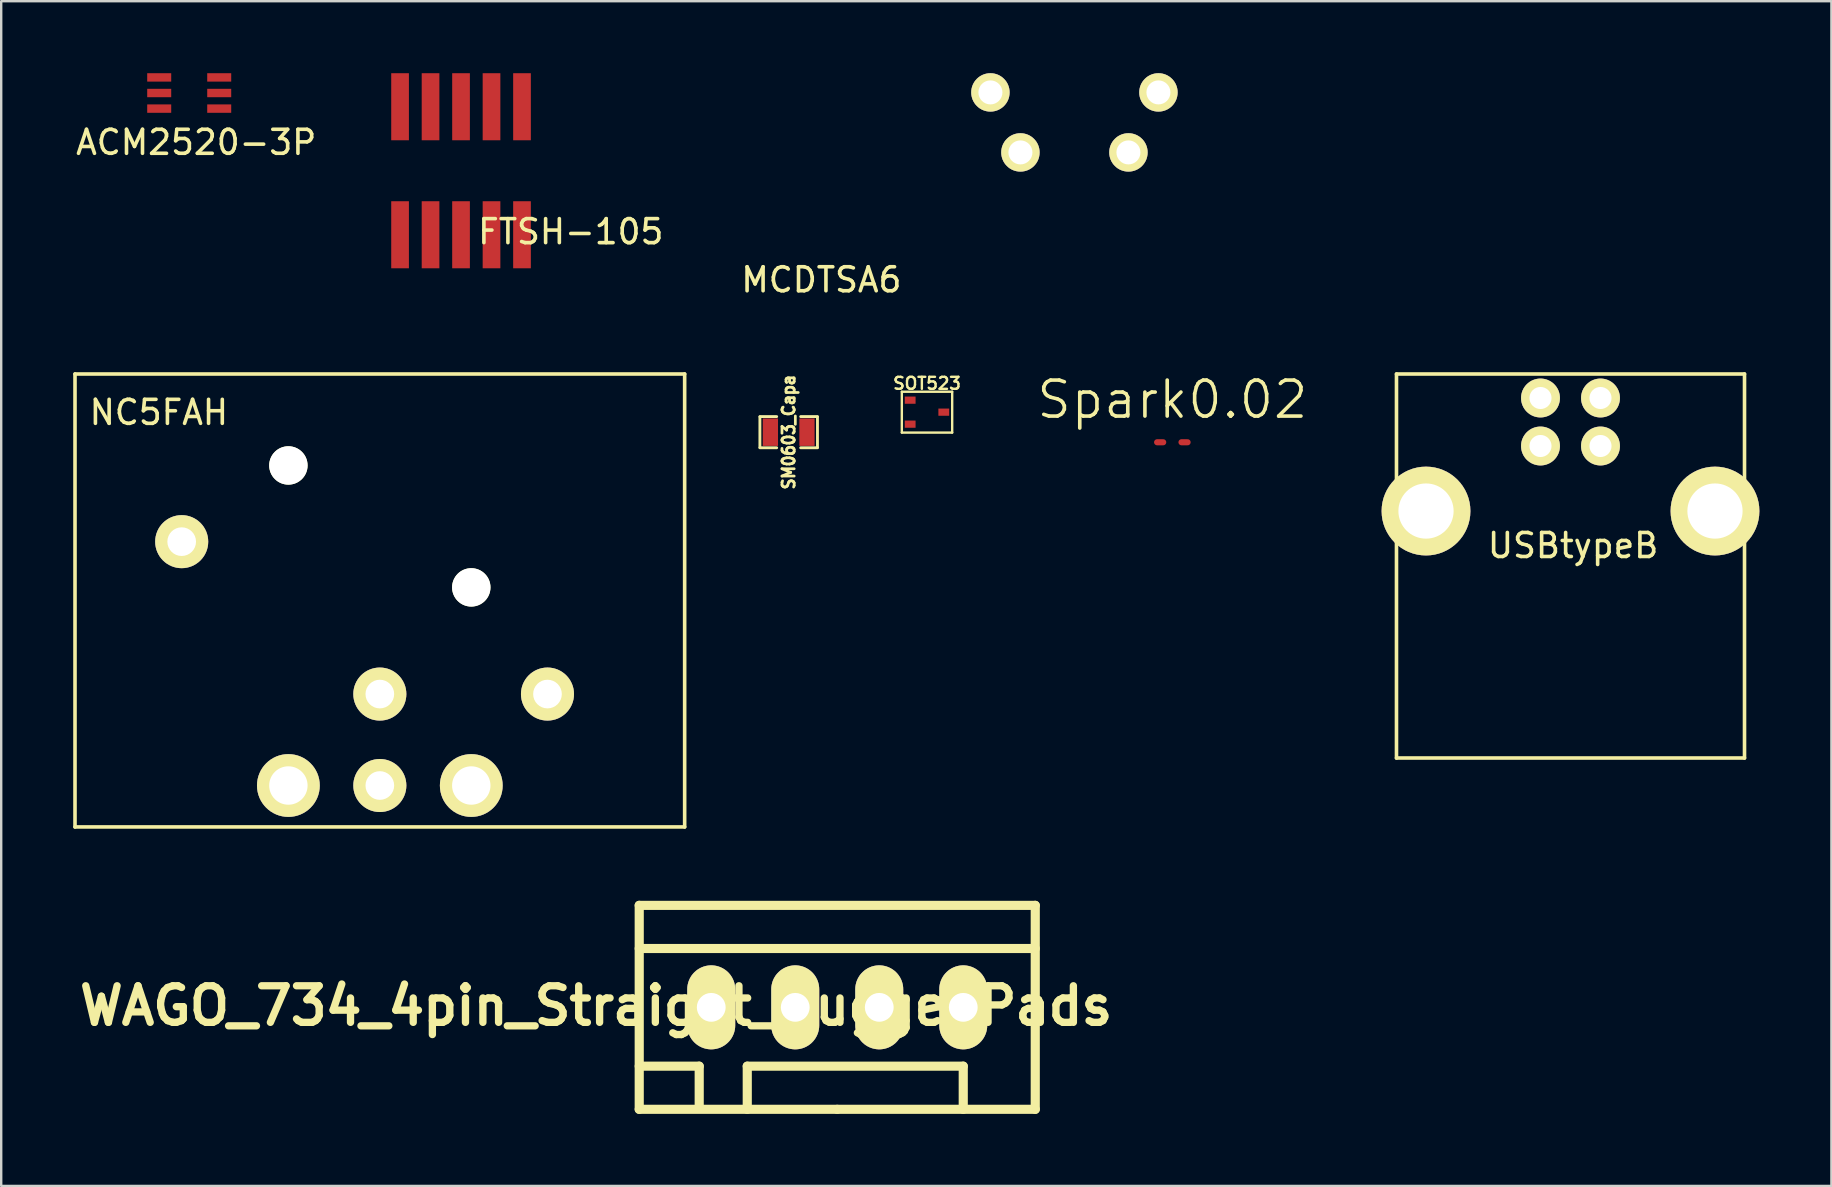
<source format=kicad_pcb>
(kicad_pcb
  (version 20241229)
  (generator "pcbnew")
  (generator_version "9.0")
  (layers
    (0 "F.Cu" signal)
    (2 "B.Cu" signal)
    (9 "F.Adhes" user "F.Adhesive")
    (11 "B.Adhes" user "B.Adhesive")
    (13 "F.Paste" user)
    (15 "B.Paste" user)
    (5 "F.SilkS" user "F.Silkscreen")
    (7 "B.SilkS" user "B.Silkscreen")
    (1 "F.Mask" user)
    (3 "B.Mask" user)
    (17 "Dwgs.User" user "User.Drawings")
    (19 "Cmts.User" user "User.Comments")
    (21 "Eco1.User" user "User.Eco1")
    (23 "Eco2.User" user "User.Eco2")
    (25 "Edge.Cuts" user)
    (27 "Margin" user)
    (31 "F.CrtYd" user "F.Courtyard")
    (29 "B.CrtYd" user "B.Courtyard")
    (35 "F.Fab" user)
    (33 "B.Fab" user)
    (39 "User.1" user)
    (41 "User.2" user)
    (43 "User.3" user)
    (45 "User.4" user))
  (footprint "NC5FAH"
    (layer "F.Cu")
    (at 8.965 29.677)
    (property "Reference" "NC5FAH" (at -5.397 -15.545 0) (layer "F.SilkS") (effects (font (size 1 1) (thickness 0.15))))
    (attr through_hole)
    (fp_line (start -8.89 -17.145) (end -8.89 1.727) (stroke (width 0.15) (type solid)) (layer "F.SilkS"))
    (fp_line (start -8.89 1.727) (end 16.51 1.727) (stroke (width 0.15) (type solid)) (layer "F.SilkS"))
    (fp_line (start 16.51 -17.145) (end -8.89 -17.145) (stroke (width 0.15) (type solid)) (layer "F.SilkS"))
    (fp_line (start 16.51 1.727) (end 16.51 -17.145) (stroke (width 0.15) (type solid)) (layer "F.SilkS"))
    (pad "" np_thru_hole circle (at 0 -13.335) (size 1.6 1.6) (drill 1.6) (layers "*.Cu" "*.Mask" "F.SilkS"))
    (pad "" np_thru_hole circle (at 7.62 -8.255) (size 1.6 1.6) (drill 1.6) (layers "*.Cu" "*.Mask" "F.SilkS"))
    (pad "1" thru_hole circle (at 0 0) (size 2.616 2.616) (drill 1.6) (layers "*.Cu" "*.Mask" "F.SilkS"))
    (pad "2" thru_hole circle (at 3.81 -3.81) (size 2.21 2.21) (drill 1.194) (layers "*.Cu" "*.Mask" "F.SilkS"))
    (pad "3" thru_hole circle (at 3.81 0) (size 2.21 2.21) (drill 1.194) (layers "*.Cu" "*.Mask" "F.SilkS"))
    (pad "4" thru_hole circle (at 10.795 -3.81) (size 2.21 2.21) (drill 1.194) (layers "*.Cu" "*.Mask" "F.SilkS"))
    (pad "5" thru_hole circle (at 7.62 0) (size 2.616 2.616) (drill 1.6) (layers "*.Cu" "*.Mask" "F.SilkS"))
    (pad "6" thru_hole circle (at -4.445 -10.16) (size 2.21 2.21) (drill 1.194) (layers "*.Cu" "*.Mask" "F.SilkS")))
  (footprint "WAGO_734_4pin_Straight_RuggedPads"
    (layer "F.Cu")
    (at 31.832 38.919)
    (property "Reference" "WAGO_734_4pin_Straight_RuggedPads" (at -10.046 -0.064 0) (layer "F.SilkS") (effects (font (size 1.524 1.524) (thickness 0.305))))
    (attr through_hole)
    (fp_line (start -8.25 -4.249) (end 8.25 -4.249) (stroke (width 0.381) (type solid)) (layer "F.SilkS"))
    (fp_line (start -8.25 -2.451) (end 8.25 -2.451) (stroke (width 0.381) (type solid)) (layer "F.SilkS"))
    (fp_line (start -8.25 2.451) (end -5.751 2.451) (stroke (width 0.381) (type solid)) (layer "F.SilkS"))
    (fp_line (start -8.25 4.249) (end -8.25 -4.249) (stroke (width 0.381) (type solid)) (layer "F.SilkS"))
    (fp_line (start -5.751 2.451) (end -5.751 4.201) (stroke (width 0.381) (type solid)) (layer "F.SilkS"))
    (fp_line (start -3.749 4.249) (end -3.749 2.451) (stroke (width 0.381) (type solid)) (layer "F.SilkS"))
    (fp_line (start 0 4.249) (end -8.25 4.249) (stroke (width 0.381) (type solid)) (layer "F.SilkS"))
    (fp_line (start 5.25 2.451) (end -3.749 2.451) (stroke (width 0.381) (type solid)) (layer "F.SilkS"))
    (fp_line (start 5.25 4.249) (end 5.25 2.451) (stroke (width 0.381) (type solid)) (layer "F.SilkS"))
    (fp_line (start 8.25 -4.249) (end 8.25 4.249) (stroke (width 0.381) (type solid)) (layer "F.SilkS"))
    (fp_line (start 8.25 4.249) (end 0 4.249) (stroke (width 0.381) (type solid)) (layer "F.SilkS"))
    (pad "1" thru_hole oval (at -5.25 0) (size 1.999 3.5) (drill 1.199) (layers "*.Cu" "*.Mask" "F.SilkS"))
    (pad "2" thru_hole oval (at -1.75 0) (size 1.999 3.5) (drill 1.199) (layers "*.Cu" "*.Mask" "F.SilkS"))
    (pad "3" thru_hole oval (at 1.75 0) (size 1.999 3.5) (drill 1.199) (layers "*.Cu" "*.Mask" "F.SilkS"))
    (pad "4" thru_hole oval (at 5.25 0) (size 1.999 3.5) (drill 1.199) (layers "*.Cu" "*.Mask" "F.SilkS")))
  (footprint "USBtypeB"
    (layer "F.Cu")
    (at 63.632 13.532)
    (property "Reference" "USBtypeB" (at -1.143 6.147 0) (layer "F.SilkS") (effects (font (size 1 1) (thickness 0.15))))
    (attr through_hole)
    (fp_line (start -8.5 -1) (end -8.5 15) (stroke (width 0.15) (type solid)) (layer "F.SilkS"))
    (fp_line (start -8.5 15) (end 6 15) (stroke (width 0.15) (type solid)) (layer "F.SilkS"))
    (fp_line (start 6 -1) (end -8.5 -1) (stroke (width 0.15) (type solid)) (layer "F.SilkS"))
    (fp_line (start 6 15) (end 6 -1) (stroke (width 0.15) (type solid)) (layer "F.SilkS"))
    (pad "1" thru_hole circle (at 0 0) (size 1.62 1.62) (drill 0.92) (layers "*.Cu" "*.Mask" "F.SilkS"))
    (pad "2" thru_hole circle (at -2.5 0) (size 1.62 1.62) (drill 0.92) (layers "*.Cu" "*.Mask" "F.SilkS"))
    (pad "3" thru_hole circle (at -2.5 2) (size 1.62 1.62) (drill 0.92) (layers "*.Cu" "*.Mask" "F.SilkS"))
    (pad "4" thru_hole circle (at 0 2) (size 1.62 1.62) (drill 0.92) (layers "*.Cu" "*.Mask" "F.SilkS"))
    (pad "5" thru_hole circle (at 4.77 4.71) (size 3.7 3.7) (drill 2.3) (layers "*.Cu" "*.Mask" "F.SilkS"))
    (pad "6" thru_hole circle (at -7.27 4.71) (size 3.7 3.7) (drill 2.3) (layers "*.Cu" "*.Mask" "F.SilkS")))
  (footprint "MCDTSA6"
    (layer "F.Cu")
    (at 39.464 3.3)
    (property "Reference" "MCDTSA6" (at -8.293 5.309 0) (layer "F.SilkS") (effects (font (size 1 1) (thickness 0.15))))
    (attr through_hole)
    (pad "1" thru_hole circle (at 0 0) (size 1.6 1.6) (drill 1) (layers "*.Cu" "*.Mask" "F.SilkS"))
    (pad "2" thru_hole circle (at 4.5 0) (size 1.6 1.6) (drill 1) (layers "*.Cu" "*.Mask" "F.SilkS"))
    (pad "3" thru_hole circle (at -1.25 -2.5) (size 1.6 1.6) (drill 1) (layers "*.Cu" "*.Mask" "F.SilkS"))
    (pad "4" thru_hole circle (at 5.75 -2.5) (size 1.6 1.6) (drill 1) (layers "*.Cu" "*.Mask" "F.SilkS")))
  (footprint "ACM2520-3P"
    (layer "F.Cu")
    (at 4.833 0.825)
    (property "Reference" "ACM2520-3P" (at 0.292 2.057 0) (layer "F.SilkS") (effects (font (size 1 1) (thickness 0.15))))
    (attr through_hole)
    (pad "1" smd rect (at -1.25 -0.65) (size 1 0.35) (layers "F.Cu" "F.Mask" "F.Paste"))
    (pad "2" smd rect (at -1.25 0) (size 1 0.35) (layers "F.Cu" "F.Mask" "F.Paste"))
    (pad "3" smd rect (at -1.25 0.65) (size 1 0.35) (layers "F.Cu" "F.Mask" "F.Paste"))
    (pad "4" smd rect (at 1.25 0.65) (size 1 0.35) (layers "F.Cu" "F.Mask" "F.Paste"))
    (pad "5" smd rect (at 1.25 0) (size 1 0.35) (layers "F.Cu" "F.Mask" "F.Paste"))
    (pad "6" smd rect (at 1.25 -0.65) (size 1 0.35) (layers "F.Cu" "F.Mask" "F.Paste")))
  (footprint "Spark0.02"
    (layer "F.Cu")
    (at 45.794 15.376)
    (property "Reference" "Spark0.02" (at 0 -1.778 0) (layer "F.SilkS") (effects (font (size 1.5 1.5) (thickness 0.15))))
    (attr through_hole)
    (pad "1" smd oval (at -0.508 0) (size 0.508 0.254) (layers "F.Cu" "F.Mask" "F.Paste"))
    (pad "2" smd oval (at 0.508 0) (size 0.508 0.254) (layers "F.Cu" "F.Mask" "F.Paste")))
  (footprint "FTSH-105"
    (layer "F.Cu")
    (at 16.158 4.064)
    (property "Reference" "FTSH-105" (at 4.572 2.54 0) (layer "F.SilkS") (effects (font (size 1 1) (thickness 0.15))))
    (attr through_hole)
    (pad "1" smd rect (at -2.54 2.667) (size 0.737 2.794) (layers "F.Cu" "F.Mask" "F.Paste"))
    (pad "2" smd rect (at -2.54 -2.667) (size 0.737 2.794) (layers "F.Cu" "F.Mask" "F.Paste"))
    (pad "3" smd rect (at -1.27 2.667) (size 0.737 2.794) (layers "F.Cu" "F.Mask" "F.Paste"))
    (pad "4" smd rect (at -1.27 -2.667) (size 0.737 2.794) (layers "F.Cu" "F.Mask" "F.Paste"))
    (pad "5" smd rect (at 0 2.667) (size 0.737 2.794) (layers "F.Cu" "F.Mask" "F.Paste"))
    (pad "6" smd rect (at 0 -2.667) (size 0.737 2.794) (layers "F.Cu" "F.Mask" "F.Paste"))
    (pad "7" smd rect (at 1.27 2.667) (size 0.737 2.794) (layers "F.Cu" "F.Mask" "F.Paste"))
    (pad "8" smd rect (at 1.27 -2.667) (size 0.737 2.794) (layers "F.Cu" "F.Mask" "F.Paste"))
    (pad "9" smd rect (at 2.54 2.667) (size 0.737 2.794) (layers "F.Cu" "F.Mask" "F.Paste"))
    (pad "10" smd rect (at 2.54 -2.667) (size 0.737 2.794) (layers "F.Cu" "F.Mask" "F.Paste")))
  (footprint "SM0603_Capa"
    (layer "F.Cu")
    (at 29.809 14.956)
    (property "Reference" "SM0603_Capa" (at 0 0 90) (layer "F.SilkS") (effects (font (size 0.508 0.457) (thickness 0.114))))
    (attr smd)
    (fp_line (start -1.199 -0.65) (end -0.5 -0.65) (stroke (width 0.119) (type solid)) (layer "F.SilkS"))
    (fp_line (start -1.199 0.635) (end -1.199 -0.635) (stroke (width 0.119) (type solid)) (layer "F.SilkS"))
    (fp_line (start -0.5 0.65) (end -1.199 0.65) (stroke (width 0.119) (type solid)) (layer "F.SilkS"))
    (fp_line (start 0.5 -0.65) (end 1.199 -0.65) (stroke (width 0.119) (type solid)) (layer "F.SilkS"))
    (fp_line (start 0.5 0.65) (end 1.199 0.65) (stroke (width 0.119) (type solid)) (layer "F.SilkS"))
    (fp_line (start 1.199 -0.635) (end 1.199 0.635) (stroke (width 0.119) (type solid)) (layer "F.SilkS"))
    (pad "1" smd rect (at -0.762 0) (size 0.635 1.143) (layers "F.Cu" "F.Mask" "F.Paste"))
    (pad "2" smd rect (at 0.762 0) (size 0.635 1.143) (layers "F.Cu" "F.Mask" "F.Paste")))
  (footprint "SOT523"
    (layer "F.Cu")
    (at 35.572 14.122)
    (property "Reference" "SOT523" (at 0 -1.199 0) (layer "F.SilkS") (effects (font (size 0.5 0.5) (thickness 0.099))))
    (attr smd)
    (fp_line (start -1.049 -0.851) (end 1.049 -0.851) (stroke (width 0.099) (type solid)) (layer "F.SilkS"))
    (fp_line (start -1.049 0.851) (end -1.049 -0.851) (stroke (width 0.099) (type solid)) (layer "F.SilkS"))
    (fp_line (start 1.049 -0.851) (end 1.049 0.851) (stroke (width 0.099) (type solid)) (layer "F.SilkS"))
    (fp_line (start 1.049 0.851) (end -1.049 0.851) (stroke (width 0.099) (type solid)) (layer "F.SilkS"))
    (pad "1" smd rect (at -0.701 -0.5) (size 0.45 0.3) (layers "F.Cu" "F.Mask" "F.Paste"))
    (pad "2" smd rect (at -0.701 0.5) (size 0.45 0.3) (layers "F.Cu" "F.Mask" "F.Paste"))
    (pad "3" smd rect (at 0.699 0) (size 0.45 0.3) (layers "F.Cu" "F.Mask" "F.Paste")))
  (gr_rect
    (start -3 -3)
    (end 73.252 46.359)
    (stroke (width 0.1) (type default))
    (fill no)
    (layer "Edge.Cuts")))
</source>
